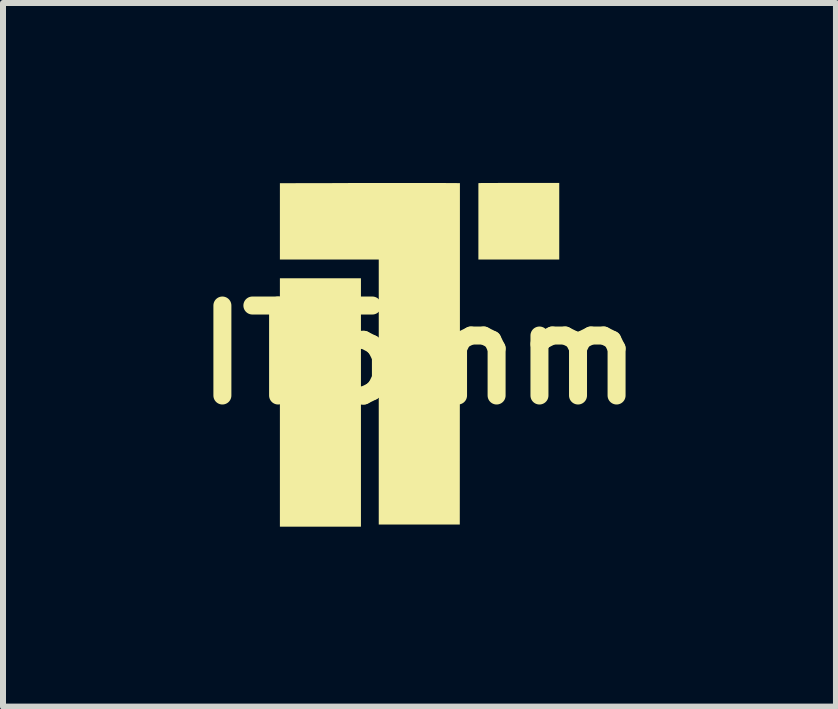
<source format=kicad_pcb>
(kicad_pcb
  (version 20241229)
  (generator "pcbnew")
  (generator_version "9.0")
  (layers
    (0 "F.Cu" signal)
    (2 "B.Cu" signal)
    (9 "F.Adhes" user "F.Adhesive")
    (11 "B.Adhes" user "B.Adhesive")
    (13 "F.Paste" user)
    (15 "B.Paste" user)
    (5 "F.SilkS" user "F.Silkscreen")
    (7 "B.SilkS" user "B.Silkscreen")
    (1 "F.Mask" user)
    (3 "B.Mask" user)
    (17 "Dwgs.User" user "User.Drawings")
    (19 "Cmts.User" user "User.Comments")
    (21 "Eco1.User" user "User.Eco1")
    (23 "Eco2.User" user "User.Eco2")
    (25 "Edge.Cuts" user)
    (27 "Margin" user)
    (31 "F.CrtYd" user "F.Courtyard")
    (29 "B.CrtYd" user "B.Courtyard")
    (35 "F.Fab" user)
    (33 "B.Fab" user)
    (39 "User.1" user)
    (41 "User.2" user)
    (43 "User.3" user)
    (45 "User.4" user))
  (footprint "IT6mm"
    (layer "F.Cu")
    (at 3.943 2.865)
    (property "Reference" "IT6mm" (at 0 0 0) (layer "F.SilkS") (effects (font (size 1.5 1.5) (thickness 0.3))))
    (attr board_only exclude_from_pos_files exclude_from_bom)
    (fp_poly (pts (xy -0.976 0.794) (xy -0.976 2.865) (xy -1.652 2.865) (xy -2.327 2.865) (xy -2.327 0.794) (xy -2.327 -1.276) (xy -1.652 -1.276) (xy -0.976 -1.276)) (stroke (width 0) (type solid)) (fill yes) (layer "F.SilkS"))
    (fp_poly (pts (xy 2.33 -2.227) (xy 2.33 -1.589) (xy 1.656 -1.589) (xy 0.982 -1.589) (xy 0.982 -2.225) (xy 0.982 -2.861) (xy 0.998 -2.863) (xy 1.002 -2.863) (xy 1.012 -2.863) (xy 1.028 -2.864) (xy 1.049 -2.864) (xy 1.075 -2.864) (xy 1.105 -2.864) (xy 1.14 -2.864) (xy 1.178 -2.864) (xy 1.221 -2.864) (xy 1.267 -2.864) (xy 1.316 -2.865) (xy 1.368 -2.865) (xy 1.422 -2.865) (xy 1.479 -2.865) (xy 1.539 -2.865) (xy 1.599 -2.865) (xy 1.662 -2.865) (xy 1.672 -2.865) (xy 2.33 -2.865)) (stroke (width 0) (type solid)) (fill yes) (layer "F.SilkS"))
    (fp_poly (pts (xy -0.224 -2.864) (xy -0.147 -2.864) (xy -0.072 -2.864) (xy 0.001 -2.864) (xy 0.072 -2.864) (xy 0.139 -2.864) (xy 0.204 -2.864) (xy 0.265 -2.864) (xy 0.323 -2.864) (xy 0.377 -2.864) (xy 0.427 -2.864) (xy 0.473 -2.863) (xy 0.515 -2.863) (xy 0.553 -2.863) (xy 0.586 -2.863) (xy 0.614 -2.863) (xy 0.637 -2.862) (xy 0.654 -2.862) (xy 0.667 -2.862) (xy 0.673 -2.862) (xy 0.674 -2.861) (xy 0.674 -2.858) (xy 0.674 -2.849) (xy 0.674 -2.835) (xy 0.674 -2.815) (xy 0.674 -2.789) (xy 0.674 -2.758) (xy 0.674 -2.721) (xy 0.674 -2.68) (xy 0.674 -2.634) (xy 0.674 -2.582) (xy 0.674 -2.527) (xy 0.674 -2.466) (xy 0.674 -2.401) (xy 0.674 -2.332) (xy 0.674 -2.259) (xy 0.674 -2.181) (xy 0.674 -2.1) (xy 0.674 -2.015) (xy 0.674 -1.926) (xy 0.674 -1.834) (xy 0.674 -1.738) (xy 0.674 -1.639) (xy 0.674 -1.537) (xy 0.674 -1.432) (xy 0.674 -1.324) (xy 0.674 -1.213) (xy 0.674 -1.1) (xy 0.674 -0.984) (xy 0.674 -0.866) (xy 0.674 -0.745) (xy 0.674 -0.623) (xy 0.674 -0.499) (xy 0.674 -0.372) (xy 0.674 -0.244) (xy 0.673 -0.115) (xy 0.673 -0.016) (xy 0.672 2.829) (xy -0.003 2.829) (xy -0.679 2.829) (xy -0.679 0.62) (xy -0.679 -1.589) (xy -1.503 -1.589) (xy -2.327 -1.589) (xy -2.327 -2.225) (xy -2.327 -2.861) (xy -1.253 -2.863) (xy -1.165 -2.864) (xy -1.077 -2.864) (xy -0.988 -2.864) (xy -0.9 -2.864) (xy -0.812 -2.864) (xy -0.725 -2.864) (xy -0.638 -2.864) (xy -0.553 -2.864) (xy -0.468 -2.864) (xy -0.385 -2.864) (xy -0.304 -2.864)) (stroke (width 0) (type solid)) (fill yes) (layer "F.SilkS")))
  (gr_rect
    (start -3 -3)
    (end 10.886 8.73)
    (stroke (width 0.1) (type default))
    (fill no)
    (layer "Edge.Cuts")))
</source>
